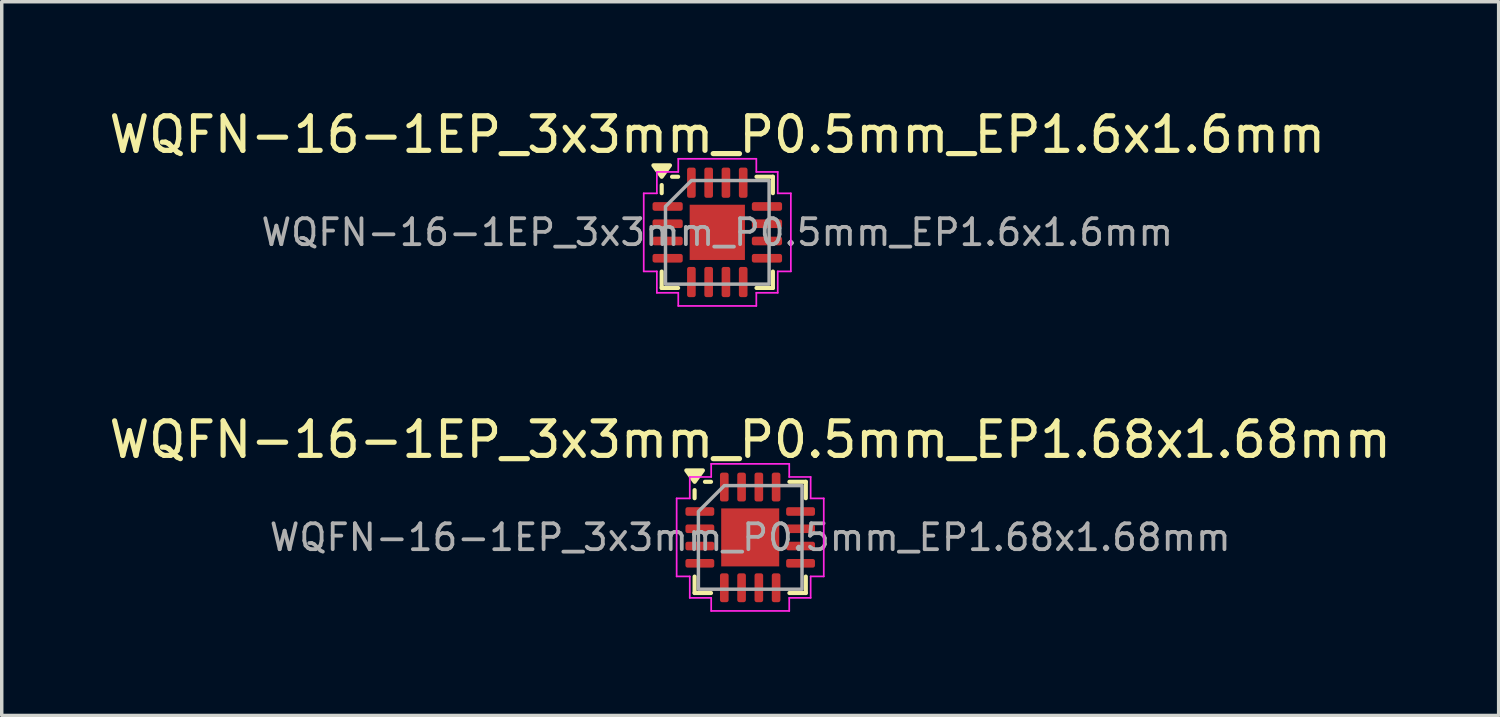
<source format=kicad_pcb>
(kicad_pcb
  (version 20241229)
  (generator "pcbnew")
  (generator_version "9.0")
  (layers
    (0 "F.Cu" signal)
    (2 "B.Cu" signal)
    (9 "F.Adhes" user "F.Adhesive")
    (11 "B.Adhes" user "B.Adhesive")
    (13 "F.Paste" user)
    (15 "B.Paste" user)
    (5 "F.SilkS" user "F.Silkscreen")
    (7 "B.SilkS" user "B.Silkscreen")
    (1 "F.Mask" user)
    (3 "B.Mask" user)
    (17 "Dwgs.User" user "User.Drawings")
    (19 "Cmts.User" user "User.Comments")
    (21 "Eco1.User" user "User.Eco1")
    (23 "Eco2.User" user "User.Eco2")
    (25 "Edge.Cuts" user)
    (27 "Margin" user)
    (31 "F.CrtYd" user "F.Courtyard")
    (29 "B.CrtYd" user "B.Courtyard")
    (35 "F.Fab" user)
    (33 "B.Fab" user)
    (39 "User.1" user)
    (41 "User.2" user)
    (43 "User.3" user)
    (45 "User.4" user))
  (footprint "WQFN-16-1EP_3x3mm_P0.5mm_EP1.68x1.68mm"
    (layer "F.Cu")
    (at 18.673 12.511)
    (property "Reference" "WQFN-16-1EP_3x3mm_P0.5mm_EP1.68x1.68mm" (at 0 -2.83 0) (layer "F.SilkS") (effects (font (size 1 1) (thickness 0.15))))
    (attr smd)
    (fp_line (start -1.61 -1.135) (end -1.61 -1.37) (stroke (width 0.12) (type solid)) (layer "F.SilkS"))
    (fp_line (start -1.61 1.61) (end -1.61 1.135) (stroke (width 0.12) (type solid)) (layer "F.SilkS"))
    (fp_line (start -1.135 -1.61) (end -1.31 -1.61) (stroke (width 0.12) (type solid)) (layer "F.SilkS"))
    (fp_line (start -1.135 1.61) (end -1.61 1.61) (stroke (width 0.12) (type solid)) (layer "F.SilkS"))
    (fp_line (start 1.135 -1.61) (end 1.61 -1.61) (stroke (width 0.12) (type solid)) (layer "F.SilkS"))
    (fp_line (start 1.135 1.61) (end 1.61 1.61) (stroke (width 0.12) (type solid)) (layer "F.SilkS"))
    (fp_line (start 1.61 -1.61) (end 1.61 -1.135) (stroke (width 0.12) (type solid)) (layer "F.SilkS"))
    (fp_line (start 1.61 1.61) (end 1.61 1.135) (stroke (width 0.12) (type solid)) (layer "F.SilkS"))
    (fp_poly (pts (xy -1.61 -1.61) (xy -1.85 -1.94) (xy -1.37 -1.94)) (stroke (width 0.12) (type solid)) (fill yes) (layer "F.SilkS"))
    (fp_line (start -2.13 -1.13) (end -1.75 -1.13) (stroke (width 0.05) (type solid)) (layer "F.CrtYd"))
    (fp_line (start -2.13 1.13) (end -2.13 -1.13) (stroke (width 0.05) (type solid)) (layer "F.CrtYd"))
    (fp_line (start -1.75 -1.75) (end -1.13 -1.75) (stroke (width 0.05) (type solid)) (layer "F.CrtYd"))
    (fp_line (start -1.75 -1.13) (end -1.75 -1.75) (stroke (width 0.05) (type solid)) (layer "F.CrtYd"))
    (fp_line (start -1.75 1.13) (end -2.13 1.13) (stroke (width 0.05) (type solid)) (layer "F.CrtYd"))
    (fp_line (start -1.75 1.75) (end -1.75 1.13) (stroke (width 0.05) (type solid)) (layer "F.CrtYd"))
    (fp_line (start -1.13 -2.13) (end 1.13 -2.13) (stroke (width 0.05) (type solid)) (layer "F.CrtYd"))
    (fp_line (start -1.13 -1.75) (end -1.13 -2.13) (stroke (width 0.05) (type solid)) (layer "F.CrtYd"))
    (fp_line (start -1.13 1.75) (end -1.75 1.75) (stroke (width 0.05) (type solid)) (layer "F.CrtYd"))
    (fp_line (start -1.13 2.13) (end -1.13 1.75) (stroke (width 0.05) (type solid)) (layer "F.CrtYd"))
    (fp_line (start 1.13 -2.13) (end 1.13 -1.75) (stroke (width 0.05) (type solid)) (layer "F.CrtYd"))
    (fp_line (start 1.13 -1.75) (end 1.75 -1.75) (stroke (width 0.05) (type solid)) (layer "F.CrtYd"))
    (fp_line (start 1.13 1.75) (end 1.13 2.13) (stroke (width 0.05) (type solid)) (layer "F.CrtYd"))
    (fp_line (start 1.13 2.13) (end -1.13 2.13) (stroke (width 0.05) (type solid)) (layer "F.CrtYd"))
    (fp_line (start 1.75 -1.75) (end 1.75 -1.13) (stroke (width 0.05) (type solid)) (layer "F.CrtYd"))
    (fp_line (start 1.75 -1.13) (end 2.13 -1.13) (stroke (width 0.05) (type solid)) (layer "F.CrtYd"))
    (fp_line (start 1.75 1.13) (end 1.75 1.75) (stroke (width 0.05) (type solid)) (layer "F.CrtYd"))
    (fp_line (start 1.75 1.75) (end 1.13 1.75) (stroke (width 0.05) (type solid)) (layer "F.CrtYd"))
    (fp_line (start 2.13 -1.13) (end 2.13 1.13) (stroke (width 0.05) (type solid)) (layer "F.CrtYd"))
    (fp_line (start 2.13 1.13) (end 1.75 1.13) (stroke (width 0.05) (type solid)) (layer "F.CrtYd"))
    (fp_poly (pts (xy -1.5 -0.75) (xy -1.5 1.5) (xy 1.5 1.5) (xy 1.5 -1.5) (xy -0.75 -1.5)) (stroke (width 0.1) (type solid)) (fill no) (layer "F.Fab"))
    (fp_text user "${REFERENCE}" (at 0 0 0) (layer "F.Fab") (effects (font (size 0.75 0.75) (thickness 0.11))))
    (pad "" smd roundrect (at -0.42 -0.42) (size 0.68 0.68) (layers "F.Paste") (roundrect_rratio 0.25))
    (pad "" smd roundrect (at -0.42 0.42) (size 0.68 0.68) (layers "F.Paste") (roundrect_rratio 0.25))
    (pad "" smd roundrect (at 0.42 -0.42) (size 0.68 0.68) (layers "F.Paste") (roundrect_rratio 0.25))
    (pad "" smd roundrect (at 0.42 0.42) (size 0.68 0.68) (layers "F.Paste") (roundrect_rratio 0.25))
    (pad "1" smd roundrect (at -1.458 -0.75) (size 0.835 0.25) (layers "F.Cu" "F.Mask" "F.Paste") (roundrect_rratio 0.25))
    (pad "2" smd roundrect (at -1.458 -0.25) (size 0.835 0.25) (layers "F.Cu" "F.Mask" "F.Paste") (roundrect_rratio 0.25))
    (pad "3" smd roundrect (at -1.458 0.25) (size 0.835 0.25) (layers "F.Cu" "F.Mask" "F.Paste") (roundrect_rratio 0.25))
    (pad "4" smd roundrect (at -1.458 0.75) (size 0.835 0.25) (layers "F.Cu" "F.Mask" "F.Paste") (roundrect_rratio 0.25))
    (pad "5" smd roundrect (at -0.75 1.458) (size 0.25 0.835) (layers "F.Cu" "F.Mask" "F.Paste") (roundrect_rratio 0.25))
    (pad "6" smd roundrect (at -0.25 1.458) (size 0.25 0.835) (layers "F.Cu" "F.Mask" "F.Paste") (roundrect_rratio 0.25))
    (pad "7" smd roundrect (at 0.25 1.458) (size 0.25 0.835) (layers "F.Cu" "F.Mask" "F.Paste") (roundrect_rratio 0.25))
    (pad "8" smd roundrect (at 0.75 1.458) (size 0.25 0.835) (layers "F.Cu" "F.Mask" "F.Paste") (roundrect_rratio 0.25))
    (pad "9" smd roundrect (at 1.458 0.75) (size 0.835 0.25) (layers "F.Cu" "F.Mask" "F.Paste") (roundrect_rratio 0.25))
    (pad "10" smd roundrect (at 1.458 0.25) (size 0.835 0.25) (layers "F.Cu" "F.Mask" "F.Paste") (roundrect_rratio 0.25))
    (pad "11" smd roundrect (at 1.458 -0.25) (size 0.835 0.25) (layers "F.Cu" "F.Mask" "F.Paste") (roundrect_rratio 0.25))
    (pad "12" smd roundrect (at 1.458 -0.75) (size 0.835 0.25) (layers "F.Cu" "F.Mask" "F.Paste") (roundrect_rratio 0.25))
    (pad "13" smd roundrect (at 0.75 -1.458) (size 0.25 0.835) (layers "F.Cu" "F.Mask" "F.Paste") (roundrect_rratio 0.25))
    (pad "14" smd roundrect (at 0.25 -1.458) (size 0.25 0.835) (layers "F.Cu" "F.Mask" "F.Paste") (roundrect_rratio 0.25))
    (pad "15" smd roundrect (at -0.25 -1.458) (size 0.25 0.835) (layers "F.Cu" "F.Mask" "F.Paste") (roundrect_rratio 0.25))
    (pad "16" smd roundrect (at -0.75 -1.458) (size 0.25 0.835) (layers "F.Cu" "F.Mask" "F.Paste") (roundrect_rratio 0.25))
    (pad "17" smd rect (at 0 0) (size 1.68 1.68) (property pad_prop_heatsink) (layers "F.Cu" "F.Mask")))
  (footprint "WQFN-16-1EP_3x3mm_P0.5mm_EP1.6x1.6mm"
    (layer "F.Cu")
    (at 17.72 3.678)
    (property "Reference" "WQFN-16-1EP_3x3mm_P0.5mm_EP1.6x1.6mm" (at 0 -2.83 0) (layer "F.SilkS") (effects (font (size 1 1) (thickness 0.15))))
    (attr smd)
    (fp_line (start -1.61 -1.135) (end -1.61 -1.37) (stroke (width 0.12) (type solid)) (layer "F.SilkS"))
    (fp_line (start -1.61 1.61) (end -1.61 1.135) (stroke (width 0.12) (type solid)) (layer "F.SilkS"))
    (fp_line (start -1.135 -1.61) (end -1.31 -1.61) (stroke (width 0.12) (type solid)) (layer "F.SilkS"))
    (fp_line (start -1.135 1.61) (end -1.61 1.61) (stroke (width 0.12) (type solid)) (layer "F.SilkS"))
    (fp_line (start 1.135 -1.61) (end 1.61 -1.61) (stroke (width 0.12) (type solid)) (layer "F.SilkS"))
    (fp_line (start 1.135 1.61) (end 1.61 1.61) (stroke (width 0.12) (type solid)) (layer "F.SilkS"))
    (fp_line (start 1.61 -1.61) (end 1.61 -1.135) (stroke (width 0.12) (type solid)) (layer "F.SilkS"))
    (fp_line (start 1.61 1.61) (end 1.61 1.135) (stroke (width 0.12) (type solid)) (layer "F.SilkS"))
    (fp_poly (pts (xy -1.61 -1.61) (xy -1.85 -1.94) (xy -1.37 -1.94)) (stroke (width 0.12) (type solid)) (fill yes) (layer "F.SilkS"))
    (fp_line (start -2.13 -1.13) (end -1.75 -1.13) (stroke (width 0.05) (type solid)) (layer "F.CrtYd"))
    (fp_line (start -2.13 1.13) (end -2.13 -1.13) (stroke (width 0.05) (type solid)) (layer "F.CrtYd"))
    (fp_line (start -1.75 -1.75) (end -1.13 -1.75) (stroke (width 0.05) (type solid)) (layer "F.CrtYd"))
    (fp_line (start -1.75 -1.13) (end -1.75 -1.75) (stroke (width 0.05) (type solid)) (layer "F.CrtYd"))
    (fp_line (start -1.75 1.13) (end -2.13 1.13) (stroke (width 0.05) (type solid)) (layer "F.CrtYd"))
    (fp_line (start -1.75 1.75) (end -1.75 1.13) (stroke (width 0.05) (type solid)) (layer "F.CrtYd"))
    (fp_line (start -1.13 -2.13) (end 1.13 -2.13) (stroke (width 0.05) (type solid)) (layer "F.CrtYd"))
    (fp_line (start -1.13 -1.75) (end -1.13 -2.13) (stroke (width 0.05) (type solid)) (layer "F.CrtYd"))
    (fp_line (start -1.13 1.75) (end -1.75 1.75) (stroke (width 0.05) (type solid)) (layer "F.CrtYd"))
    (fp_line (start -1.13 2.13) (end -1.13 1.75) (stroke (width 0.05) (type solid)) (layer "F.CrtYd"))
    (fp_line (start 1.13 -2.13) (end 1.13 -1.75) (stroke (width 0.05) (type solid)) (layer "F.CrtYd"))
    (fp_line (start 1.13 -1.75) (end 1.75 -1.75) (stroke (width 0.05) (type solid)) (layer "F.CrtYd"))
    (fp_line (start 1.13 1.75) (end 1.13 2.13) (stroke (width 0.05) (type solid)) (layer "F.CrtYd"))
    (fp_line (start 1.13 2.13) (end -1.13 2.13) (stroke (width 0.05) (type solid)) (layer "F.CrtYd"))
    (fp_line (start 1.75 -1.75) (end 1.75 -1.13) (stroke (width 0.05) (type solid)) (layer "F.CrtYd"))
    (fp_line (start 1.75 -1.13) (end 2.13 -1.13) (stroke (width 0.05) (type solid)) (layer "F.CrtYd"))
    (fp_line (start 1.75 1.13) (end 1.75 1.75) (stroke (width 0.05) (type solid)) (layer "F.CrtYd"))
    (fp_line (start 1.75 1.75) (end 1.13 1.75) (stroke (width 0.05) (type solid)) (layer "F.CrtYd"))
    (fp_line (start 2.13 -1.13) (end 2.13 1.13) (stroke (width 0.05) (type solid)) (layer "F.CrtYd"))
    (fp_line (start 2.13 1.13) (end 1.75 1.13) (stroke (width 0.05) (type solid)) (layer "F.CrtYd"))
    (fp_poly (pts (xy -1.5 -0.75) (xy -1.5 1.5) (xy 1.5 1.5) (xy 1.5 -1.5) (xy -0.75 -1.5)) (stroke (width 0.1) (type solid)) (fill no) (layer "F.Fab"))
    (fp_text user "${REFERENCE}" (at 0 0 0) (layer "F.Fab") (effects (font (size 0.75 0.75) (thickness 0.11))))
    (pad "" smd roundrect (at -0.4 -0.4) (size 0.64 0.64) (layers "F.Paste") (roundrect_rratio 0.25))
    (pad "" smd roundrect (at -0.4 0.4) (size 0.64 0.64) (layers "F.Paste") (roundrect_rratio 0.25))
    (pad "" smd roundrect (at 0.4 -0.4) (size 0.64 0.64) (layers "F.Paste") (roundrect_rratio 0.25))
    (pad "" smd roundrect (at 0.4 0.4) (size 0.64 0.64) (layers "F.Paste") (roundrect_rratio 0.25))
    (pad "1" smd roundrect (at -1.438 -0.75) (size 0.875 0.25) (layers "F.Cu" "F.Mask" "F.Paste") (roundrect_rratio 0.25))
    (pad "2" smd roundrect (at -1.438 -0.25) (size 0.875 0.25) (layers "F.Cu" "F.Mask" "F.Paste") (roundrect_rratio 0.25))
    (pad "3" smd roundrect (at -1.438 0.25) (size 0.875 0.25) (layers "F.Cu" "F.Mask" "F.Paste") (roundrect_rratio 0.25))
    (pad "4" smd roundrect (at -1.438 0.75) (size 0.875 0.25) (layers "F.Cu" "F.Mask" "F.Paste") (roundrect_rratio 0.25))
    (pad "5" smd roundrect (at -0.75 1.438) (size 0.25 0.875) (layers "F.Cu" "F.Mask" "F.Paste") (roundrect_rratio 0.25))
    (pad "6" smd roundrect (at -0.25 1.438) (size 0.25 0.875) (layers "F.Cu" "F.Mask" "F.Paste") (roundrect_rratio 0.25))
    (pad "7" smd roundrect (at 0.25 1.438) (size 0.25 0.875) (layers "F.Cu" "F.Mask" "F.Paste") (roundrect_rratio 0.25))
    (pad "8" smd roundrect (at 0.75 1.438) (size 0.25 0.875) (layers "F.Cu" "F.Mask" "F.Paste") (roundrect_rratio 0.25))
    (pad "9" smd roundrect (at 1.438 0.75) (size 0.875 0.25) (layers "F.Cu" "F.Mask" "F.Paste") (roundrect_rratio 0.25))
    (pad "10" smd roundrect (at 1.438 0.25) (size 0.875 0.25) (layers "F.Cu" "F.Mask" "F.Paste") (roundrect_rratio 0.25))
    (pad "11" smd roundrect (at 1.438 -0.25) (size 0.875 0.25) (layers "F.Cu" "F.Mask" "F.Paste") (roundrect_rratio 0.25))
    (pad "12" smd roundrect (at 1.438 -0.75) (size 0.875 0.25) (layers "F.Cu" "F.Mask" "F.Paste") (roundrect_rratio 0.25))
    (pad "13" smd roundrect (at 0.75 -1.438) (size 0.25 0.875) (layers "F.Cu" "F.Mask" "F.Paste") (roundrect_rratio 0.25))
    (pad "14" smd roundrect (at 0.25 -1.438) (size 0.25 0.875) (layers "F.Cu" "F.Mask" "F.Paste") (roundrect_rratio 0.25))
    (pad "15" smd roundrect (at -0.25 -1.438) (size 0.25 0.875) (layers "F.Cu" "F.Mask" "F.Paste") (roundrect_rratio 0.25))
    (pad "16" smd roundrect (at -0.75 -1.438) (size 0.25 0.875) (layers "F.Cu" "F.Mask" "F.Paste") (roundrect_rratio 0.25))
    (pad "17" smd rect (at 0 0) (size 1.6 1.6) (property pad_prop_heatsink) (layers "F.Cu" "F.Mask")))
  (gr_rect
    (start -3 -3)
    (end 40.345 17.666)
    (stroke (width 0.1) (type default))
    (fill no)
    (layer "Edge.Cuts")))
</source>
